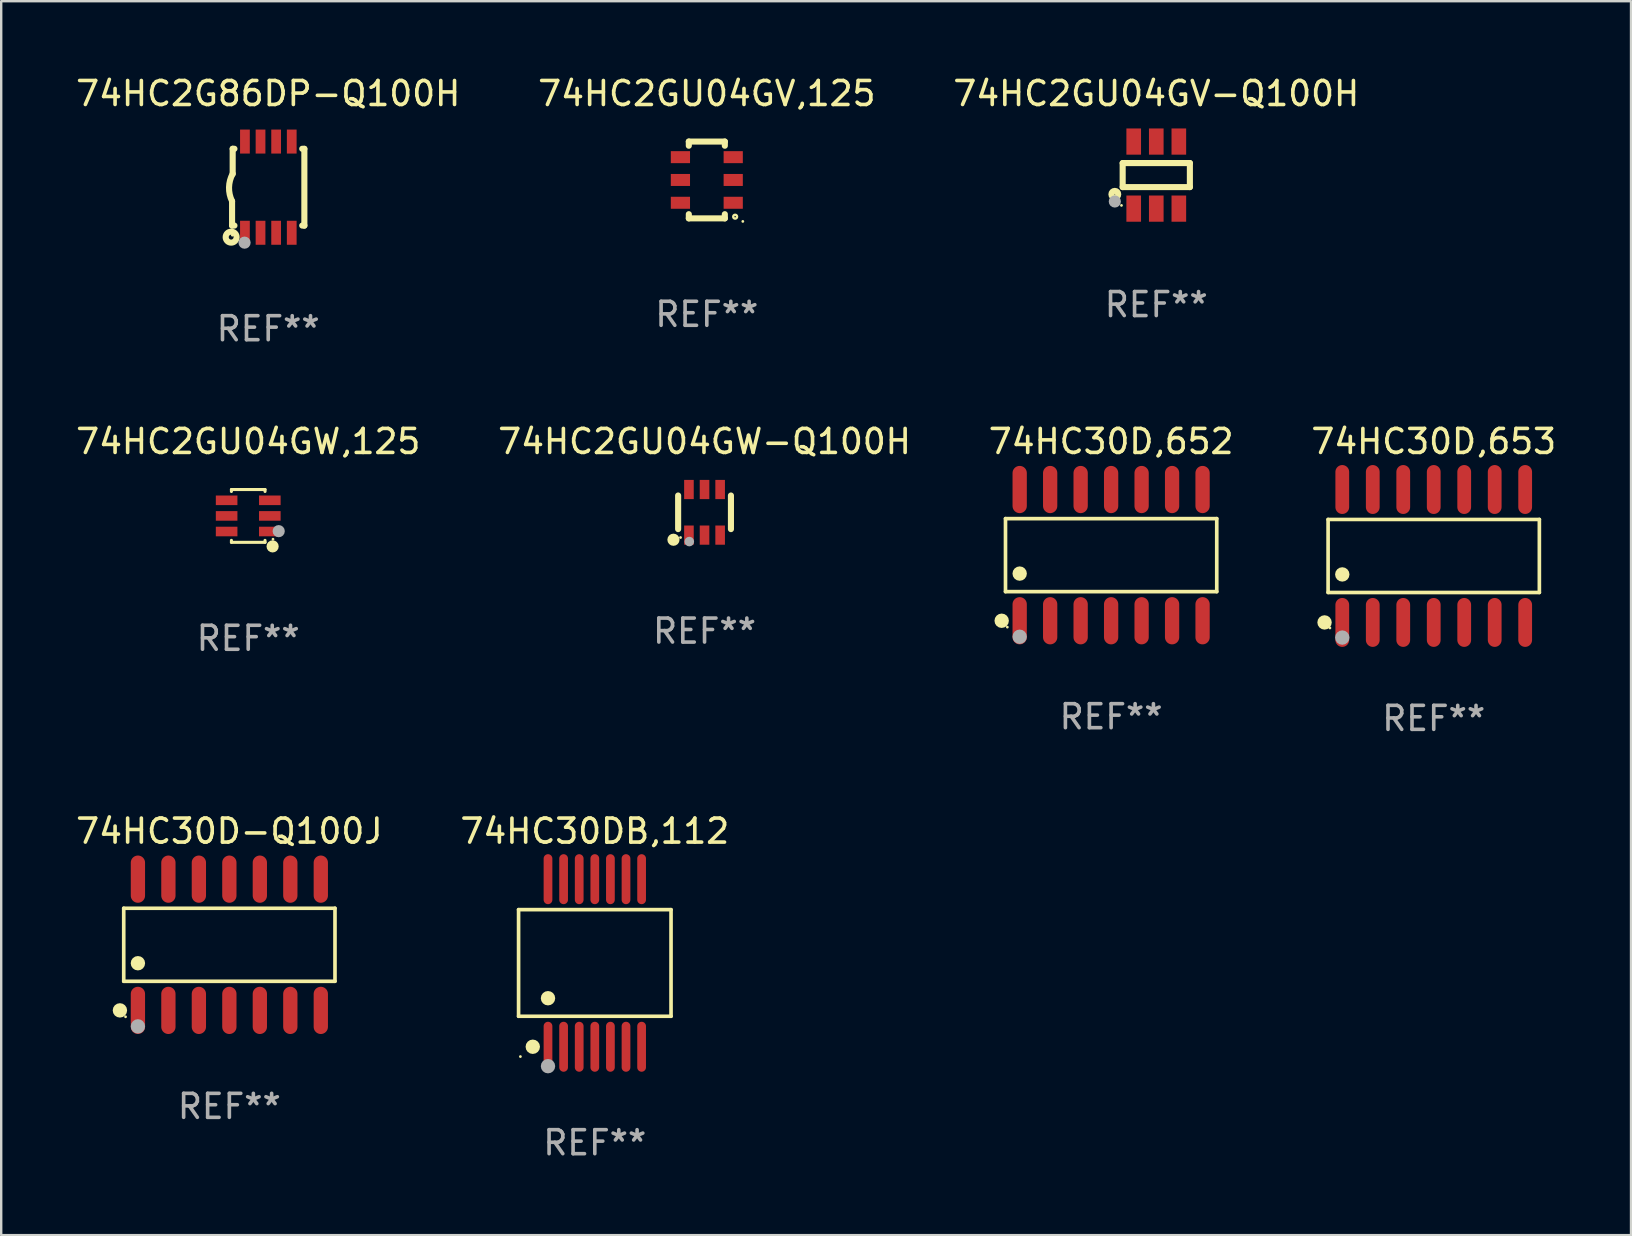
<source format=kicad_pcb>
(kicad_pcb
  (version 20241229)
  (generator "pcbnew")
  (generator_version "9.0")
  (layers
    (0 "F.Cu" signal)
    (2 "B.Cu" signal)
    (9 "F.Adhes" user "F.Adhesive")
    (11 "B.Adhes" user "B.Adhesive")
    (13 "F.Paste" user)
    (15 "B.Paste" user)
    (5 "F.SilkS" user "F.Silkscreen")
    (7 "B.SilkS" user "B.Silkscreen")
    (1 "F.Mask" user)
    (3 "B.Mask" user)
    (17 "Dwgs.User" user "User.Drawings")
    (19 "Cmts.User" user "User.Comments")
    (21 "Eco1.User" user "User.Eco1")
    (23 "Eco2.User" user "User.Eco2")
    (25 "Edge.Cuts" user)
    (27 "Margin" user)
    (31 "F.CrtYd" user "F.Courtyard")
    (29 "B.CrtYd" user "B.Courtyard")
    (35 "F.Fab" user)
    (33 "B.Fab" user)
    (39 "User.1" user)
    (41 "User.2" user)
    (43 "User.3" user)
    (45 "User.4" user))
  (footprint "74HC30D,653"
    (layer "F.Cu")
    (at 56.685 20.114)
    (property "Reference" "74HC30D,653" (at 0 -4.769 0) (layer "F.SilkS") (effects (font (size 1 1) (thickness 0.15))))
    (attr through_hole)
    (fp_line (start -4.401 -1.521) (end 4.401 -1.521) (stroke (width 0.152) (type solid)) (layer "F.SilkS"))
    (fp_line (start -4.401 1.521) (end -4.401 -1.521) (stroke (width 0.152) (type solid)) (layer "F.SilkS"))
    (fp_line (start 4.401 -1.521) (end 4.401 1.521) (stroke (width 0.152) (type solid)) (layer "F.SilkS"))
    (fp_line (start 4.401 1.521) (end -4.401 1.521) (stroke (width 0.152) (type solid)) (layer "F.SilkS"))
    (fp_circle (center -4.549 2.769) (end -4.399 2.769) (stroke (width 0.3) (type solid)) (fill no) (layer "F.SilkS"))
    (fp_circle (center -4.325 3) (end -4.295 3) (stroke (width 0.06) (type solid)) (fill no) (layer "F.SilkS"))
    (fp_circle (center -3.81 0.769) (end -3.66 0.769) (stroke (width 0.3) (type solid)) (fill no) (layer "F.SilkS"))
    (fp_circle (center -3.81 3.4) (end -3.66 3.4) (stroke (width 0.3) (type solid)) (fill no) (layer "F.Fab"))
    (fp_text user "REF**" (at 0 6.769 0) (layer "F.Fab") (effects (font (size 1 1) (thickness 0.15))))
    (pad "1" smd oval (at -3.81 2.769) (size 0.574 2.038) (layers "F.Cu" "F.Mask" "F.Paste"))
    (pad "2" smd oval (at -2.54 2.769) (size 0.574 2.038) (layers "F.Cu" "F.Mask" "F.Paste"))
    (pad "3" smd oval (at -1.27 2.769) (size 0.574 2.038) (layers "F.Cu" "F.Mask" "F.Paste"))
    (pad "4" smd oval (at 0 2.769) (size 0.574 2.038) (layers "F.Cu" "F.Mask" "F.Paste"))
    (pad "5" smd oval (at 1.27 2.769) (size 0.574 2.038) (layers "F.Cu" "F.Mask" "F.Paste"))
    (pad "6" smd oval (at 2.54 2.769) (size 0.574 2.038) (layers "F.Cu" "F.Mask" "F.Paste"))
    (pad "7" smd oval (at 3.81 2.769) (size 0.574 2.038) (layers "F.Cu" "F.Mask" "F.Paste"))
    (pad "8" smd oval (at 3.81 -2.769) (size 0.574 2.038) (layers "F.Cu" "F.Mask" "F.Paste"))
    (pad "9" smd oval (at 2.54 -2.769) (size 0.574 2.038) (layers "F.Cu" "F.Mask" "F.Paste"))
    (pad "10" smd oval (at 1.27 -2.769) (size 0.574 2.038) (layers "F.Cu" "F.Mask" "F.Paste"))
    (pad "11" smd oval (at 0 -2.769) (size 0.574 2.038) (layers "F.Cu" "F.Mask" "F.Paste"))
    (pad "12" smd oval (at -1.27 -2.769) (size 0.574 2.038) (layers "F.Cu" "F.Mask" "F.Paste"))
    (pad "13" smd oval (at -2.54 -2.769) (size 0.574 2.038) (layers "F.Cu" "F.Mask" "F.Paste"))
    (pad "14" smd oval (at -3.81 -2.769) (size 0.574 2.038) (layers "F.Cu" "F.Mask" "F.Paste")))
  (footprint "74HC2GU04GV-Q100H"
    (layer "F.Cu")
    (at 45.125 4.245)
    (property "Reference" "74HC2GU04GV-Q100H" (at 0 -3.397 0) (layer "F.SilkS") (effects (font (size 1 1) (thickness 0.15))))
    (attr through_hole)
    (fp_line (start -1.4 -0.501) (end -1.4 0.5) (stroke (width 0.254) (type solid)) (layer "F.SilkS"))
    (fp_line (start -1.4 0.5) (end 1.4 0.5) (stroke (width 0.254) (type solid)) (layer "F.SilkS"))
    (fp_line (start 1.4 -0.501) (end -1.4 -0.501) (stroke (width 0.254) (type solid)) (layer "F.SilkS"))
    (fp_line (start 1.4 0.5) (end 1.4 -0.501) (stroke (width 0.254) (type solid)) (layer "F.SilkS"))
    (fp_circle (center -1.727 0.8) (end -1.585 0.8) (stroke (width 0.254) (type solid)) (fill no) (layer "F.SilkS"))
    (fp_circle (center -1.45 1.263) (end -1.42 1.263) (stroke (width 0.06) (type solid)) (fill no) (layer "F.SilkS"))
    (fp_circle (center -1.727 1.1) (end -1.6 1.1) (stroke (width 0.254) (type solid)) (fill no) (layer "F.Fab"))
    (fp_text user "REF**" (at 0 5.397 0) (layer "F.Fab") (effects (font (size 1 1) (thickness 0.15))))
    (pad "1" smd rect (at -0.94 1.397 180) (size 0.61 1.092) (layers "F.Cu" "F.Mask" "F.Paste"))
    (pad "2" smd rect (at 0.000127 1.397 180) (size 0.61 1.092) (layers "F.Cu" "F.Mask" "F.Paste"))
    (pad "3" smd rect (at 0.94 1.397 180) (size 0.61 1.092) (layers "F.Cu" "F.Mask" "F.Paste"))
    (pad "4" smd rect (at 0.94 -1.397 180) (size 0.61 1.092) (layers "F.Cu" "F.Mask" "F.Paste"))
    (pad "5" smd rect (at 0.000127 -1.397 180) (size 0.61 1.092) (layers "F.Cu" "F.Mask" "F.Paste"))
    (pad "6" smd rect (at -0.94 -1.397 180) (size 0.61 1.092) (layers "F.Cu" "F.Mask" "F.Paste")))
  (footprint "74HC2GU04GW,125"
    (layer "F.Cu")
    (at 7.292 18.445)
    (property "Reference" "74HC2GU04GW,125" (at 0 -3.1 0) (layer "F.SilkS") (effects (font (size 1 1) (thickness 0.15))))
    (attr through_hole)
    (fp_line (start -0.7 -1.018) (end -0.7 -1.1) (stroke (width 0.127) (type solid)) (layer "F.SilkS"))
    (fp_line (start -0.7 1.1) (end -0.7 1.018) (stroke (width 0.127) (type solid)) (layer "F.SilkS"))
    (fp_line (start 0.7 -1.1) (end -0.7 -1.1) (stroke (width 0.127) (type solid)) (layer "F.SilkS"))
    (fp_line (start 0.7 -1.018) (end 0.7 -1.1) (stroke (width 0.127) (type solid)) (layer "F.SilkS"))
    (fp_line (start 0.7 1.1) (end -0.7 1.1) (stroke (width 0.127) (type solid)) (layer "F.SilkS"))
    (fp_line (start 0.7 1.1) (end 0.7 1.018) (stroke (width 0.127) (type solid)) (layer "F.SilkS"))
    (fp_circle (center 1.016 1.27) (end 1.143 1.27) (stroke (width 0.254) (type solid)) (fill no) (layer "F.SilkS"))
    (fp_circle (center 1.032 0.97) (end 1.062 0.97) (stroke (width 0.06) (type solid)) (fill no) (layer "F.SilkS"))
    (fp_circle (center 1.27 0.635) (end 1.397 0.635) (stroke (width 0.254) (type solid)) (fill no) (layer "F.Fab"))
    (fp_text user "REF**" (at 0 5.1 0) (layer "F.Fab") (effects (font (size 1 1) (thickness 0.15))))
    (pad "1" smd rect (at 0.9 0.65 90) (size 0.4 0.9) (layers "F.Cu" "F.Mask" "F.Paste"))
    (pad "2" smd rect (at 0.9 -0.000102 90) (size 0.4 0.9) (layers "F.Cu" "F.Mask" "F.Paste"))
    (pad "3" smd rect (at 0.9 -0.65 90) (size 0.4 0.9) (layers "F.Cu" "F.Mask" "F.Paste"))
    (pad "4" smd rect (at -0.9 -0.65 90) (size 0.4 0.9) (layers "F.Cu" "F.Mask" "F.Paste"))
    (pad "5" smd rect (at -0.9 -0.000102 90) (size 0.4 0.9) (layers "F.Cu" "F.Mask" "F.Paste"))
    (pad "6" smd rect (at -0.9 0.65 90) (size 0.4 0.9) (layers "F.Cu" "F.Mask" "F.Paste")))
  (footprint "74HC2G86DP-Q100H"
    (layer "F.Cu")
    (at 8.125 4.748)
    (property "Reference" "74HC2G86DP-Q100H" (at 0 -3.9 0) (layer "F.SilkS") (effects (font (size 1 1) (thickness 0.15))))
    (attr through_hole)
    (fp_line (start -1.506 1.6) (end -1.506 0.584) (stroke (width 0.254) (type solid)) (layer "F.SilkS"))
    (fp_line (start -1.506 1.6) (end -1.407 1.6) (stroke (width 0.254) (type solid)) (layer "F.SilkS"))
    (fp_line (start -1.481 -1.599) (end -1.481 -0.549) (stroke (width 0.254) (type solid)) (layer "F.SilkS"))
    (fp_line (start -1.481 -1.599) (end -1.407 -1.599) (stroke (width 0.254) (type solid)) (layer "F.SilkS"))
    (fp_line (start 1.417 -1.599) (end 1.506 -1.599) (stroke (width 0.254) (type solid)) (layer "F.SilkS"))
    (fp_line (start 1.417 1.6) (end 1.506 1.6) (stroke (width 0.254) (type solid)) (layer "F.SilkS"))
    (fp_line (start 1.506 1.603) (end 1.506 -1.595) (stroke (width 0.254) (type solid)) (layer "F.SilkS"))
    (fp_arc (start -1.506223 0.584328) (mid -1.632455 0.00974) (end -1.480823 -0.558674) (stroke (width 0.254001) (type solid)) (layer "F.SilkS"))
    (fp_circle (center -1.544 2.083) (end -1.443 2.083) (stroke (width 0.254) (type solid)) (fill no) (layer "F.SilkS"))
    (fp_circle (center -1.495 2) (end -1.465 2) (stroke (width 0.06) (type solid)) (fill no) (layer "F.SilkS"))
    (fp_circle (center -0.986 2.312) (end -0.859 2.312) (stroke (width 0.254) (type solid)) (fill no) (layer "F.Fab"))
    (fp_text user "REF**" (at 0 5.9 0) (layer "F.Fab") (effects (font (size 1 1) (thickness 0.15))))
    (pad "1" smd rect (at -0.97 1.9 90) (size 1 0.406) (layers "F.Cu" "F.Mask" "F.Paste"))
    (pad "2" smd rect (at -0.32 1.9 90) (size 1 0.406) (layers "F.Cu" "F.Mask" "F.Paste"))
    (pad "3" smd rect (at 0.33 1.9 90) (size 1 0.406) (layers "F.Cu" "F.Mask" "F.Paste"))
    (pad "4" smd rect (at 0.98 1.9 90) (size 1 0.406) (layers "F.Cu" "F.Mask" "F.Paste"))
    (pad "5" smd rect (at 0.98 -1.9 90) (size 1 0.406) (layers "F.Cu" "F.Mask" "F.Paste"))
    (pad "6" smd rect (at 0.33 -1.9 90) (size 1 0.406) (layers "F.Cu" "F.Mask" "F.Paste"))
    (pad "7" smd rect (at -0.32 -1.9 90) (size 1 0.406) (layers "F.Cu" "F.Mask" "F.Paste"))
    (pad "8" smd rect (at -0.97 -1.9 90) (size 1 0.406) (layers "F.Cu" "F.Mask" "F.Paste")))
  (footprint "74HC2GU04GV,125"
    (layer "F.Cu")
    (at 26.399 4.448)
    (property "Reference" "74HC2GU04GV,125" (at 0 -3.6 0) (layer "F.SilkS") (effects (font (size 1 1) (thickness 0.15))))
    (attr through_hole)
    (fp_line (start -0.75 -1.6) (end -0.75 -1.426) (stroke (width 0.254) (type solid)) (layer "F.SilkS"))
    (fp_line (start -0.75 -1.6) (end 0.75 -1.6) (stroke (width 0.254) (type solid)) (layer "F.SilkS"))
    (fp_line (start -0.75 1.426) (end -0.75 1.6) (stroke (width 0.254) (type solid)) (layer "F.SilkS"))
    (fp_line (start -0.75 1.6) (end 0.75 1.6) (stroke (width 0.254) (type solid)) (layer "F.SilkS"))
    (fp_line (start 0.75 -1.6) (end 0.75 -1.426) (stroke (width 0.254) (type solid)) (layer "F.SilkS"))
    (fp_line (start 0.75 1.426) (end 0.75 1.6) (stroke (width 0.254) (type solid)) (layer "F.SilkS"))
    (fp_circle (center 1.18 1.53) (end 1.26 1.53) (stroke (width 0.1) (type solid)) (fill no) (layer "F.SilkS"))
    (fp_circle (center 1.5 1.727) (end 1.53 1.727) (stroke (width 0.06) (type solid)) (fill no) (layer "F.SilkS"))
    (fp_text user "REF**" (at 0 5.6 0) (layer "F.Fab") (effects (font (size 1 1) (thickness 0.15))))
    (pad "1" smd rect (at 1.1 0.95 90) (size 0.5 0.8) (layers "F.Cu" "F.Mask" "F.Paste"))
    (pad "2" smd rect (at 1.1 0 90) (size 0.5 0.8) (layers "F.Cu" "F.Mask" "F.Paste"))
    (pad "3" smd rect (at 1.1 -0.95 90) (size 0.5 0.8) (layers "F.Cu" "F.Mask" "F.Paste"))
    (pad "4" smd rect (at -1.1 -0.95 90) (size 0.5 0.8) (layers "F.Cu" "F.Mask" "F.Paste"))
    (pad "5" smd rect (at -1.1 0 90) (size 0.5 0.8) (layers "F.Cu" "F.Mask" "F.Paste"))
    (pad "6" smd rect (at -1.1 0.95 90) (size 0.5 0.8) (layers "F.Cu" "F.Mask" "F.Paste")))
  (footprint "74HC30D-Q100J"
    (layer "F.Cu")
    (at 6.506 36.313)
    (property "Reference" "74HC30D-Q100J" (at 0 -4.734 0) (layer "F.SilkS") (effects (font (size 1 1) (thickness 0.15))))
    (attr through_hole)
    (fp_line (start -4.401 -1.521) (end 4.401 -1.521) (stroke (width 0.152) (type solid)) (layer "F.SilkS"))
    (fp_line (start -4.401 1.521) (end -4.401 -1.521) (stroke (width 0.152) (type solid)) (layer "F.SilkS"))
    (fp_line (start 4.401 -1.521) (end 4.401 1.521) (stroke (width 0.152) (type solid)) (layer "F.SilkS"))
    (fp_line (start 4.401 1.521) (end -4.401 1.521) (stroke (width 0.152) (type solid)) (layer "F.SilkS"))
    (fp_circle (center -4.56 2.734) (end -4.41 2.734) (stroke (width 0.3) (type solid)) (fill no) (layer "F.SilkS"))
    (fp_circle (center -4.325 3) (end -4.295 3) (stroke (width 0.06) (type solid)) (fill no) (layer "F.SilkS"))
    (fp_circle (center -3.81 0.769) (end -3.66 0.769) (stroke (width 0.3) (type solid)) (fill no) (layer "F.SilkS"))
    (fp_circle (center -3.81 3.4) (end -3.66 3.4) (stroke (width 0.3) (type solid)) (fill no) (layer "F.Fab"))
    (fp_text user "REF**" (at 0 6.734 0) (layer "F.Fab") (effects (font (size 1 1) (thickness 0.15))))
    (pad "1" smd oval (at -3.81 2.734) (size 0.595 1.968) (layers "F.Cu" "F.Mask" "F.Paste"))
    (pad "2" smd oval (at -2.54 2.734) (size 0.595 1.968) (layers "F.Cu" "F.Mask" "F.Paste"))
    (pad "3" smd oval (at -1.27 2.734) (size 0.595 1.968) (layers "F.Cu" "F.Mask" "F.Paste"))
    (pad "4" smd oval (at 0 2.734) (size 0.595 1.968) (layers "F.Cu" "F.Mask" "F.Paste"))
    (pad "5" smd oval (at 1.27 2.734) (size 0.595 1.968) (layers "F.Cu" "F.Mask" "F.Paste"))
    (pad "6" smd oval (at 2.54 2.734) (size 0.595 1.968) (layers "F.Cu" "F.Mask" "F.Paste"))
    (pad "7" smd oval (at 3.81 2.734) (size 0.595 1.968) (layers "F.Cu" "F.Mask" "F.Paste"))
    (pad "8" smd oval (at 3.81 -2.734) (size 0.595 1.968) (layers "F.Cu" "F.Mask" "F.Paste"))
    (pad "9" smd oval (at 2.54 -2.734) (size 0.595 1.968) (layers "F.Cu" "F.Mask" "F.Paste"))
    (pad "10" smd oval (at 1.27 -2.734) (size 0.595 1.968) (layers "F.Cu" "F.Mask" "F.Paste"))
    (pad "11" smd oval (at 0 -2.734) (size 0.595 1.968) (layers "F.Cu" "F.Mask" "F.Paste"))
    (pad "12" smd oval (at -1.27 -2.734) (size 0.595 1.968) (layers "F.Cu" "F.Mask" "F.Paste"))
    (pad "13" smd oval (at -2.54 -2.734) (size 0.595 1.968) (layers "F.Cu" "F.Mask" "F.Paste"))
    (pad "14" smd oval (at -3.81 -2.734) (size 0.595 1.968) (layers "F.Cu" "F.Mask" "F.Paste")))
  (footprint "74HC30D,652"
    (layer "F.Cu")
    (at 43.244 20.079)
    (property "Reference" "74HC30D,652" (at 0 -4.734 0) (layer "F.SilkS") (effects (font (size 1 1) (thickness 0.15))))
    (attr through_hole)
    (fp_line (start -4.401 -1.521) (end 4.401 -1.521) (stroke (width 0.152) (type solid)) (layer "F.SilkS"))
    (fp_line (start -4.401 1.521) (end -4.401 -1.521) (stroke (width 0.152) (type solid)) (layer "F.SilkS"))
    (fp_line (start 4.401 -1.521) (end 4.401 1.521) (stroke (width 0.152) (type solid)) (layer "F.SilkS"))
    (fp_line (start 4.401 1.521) (end -4.401 1.521) (stroke (width 0.152) (type solid)) (layer "F.SilkS"))
    (fp_circle (center -4.56 2.734) (end -4.41 2.734) (stroke (width 0.3) (type solid)) (fill no) (layer "F.SilkS"))
    (fp_circle (center -4.325 3) (end -4.295 3) (stroke (width 0.06) (type solid)) (fill no) (layer "F.SilkS"))
    (fp_circle (center -3.81 0.769) (end -3.66 0.769) (stroke (width 0.3) (type solid)) (fill no) (layer "F.SilkS"))
    (fp_circle (center -3.81 3.4) (end -3.66 3.4) (stroke (width 0.3) (type solid)) (fill no) (layer "F.Fab"))
    (fp_text user "REF**" (at 0 6.734 0) (layer "F.Fab") (effects (font (size 1 1) (thickness 0.15))))
    (pad "1" smd oval (at -3.81 2.734) (size 0.595 1.968) (layers "F.Cu" "F.Mask" "F.Paste"))
    (pad "2" smd oval (at -2.54 2.734) (size 0.595 1.968) (layers "F.Cu" "F.Mask" "F.Paste"))
    (pad "3" smd oval (at -1.27 2.734) (size 0.595 1.968) (layers "F.Cu" "F.Mask" "F.Paste"))
    (pad "4" smd oval (at 0 2.734) (size 0.595 1.968) (layers "F.Cu" "F.Mask" "F.Paste"))
    (pad "5" smd oval (at 1.27 2.734) (size 0.595 1.968) (layers "F.Cu" "F.Mask" "F.Paste"))
    (pad "6" smd oval (at 2.54 2.734) (size 0.595 1.968) (layers "F.Cu" "F.Mask" "F.Paste"))
    (pad "7" smd oval (at 3.81 2.734) (size 0.595 1.968) (layers "F.Cu" "F.Mask" "F.Paste"))
    (pad "8" smd oval (at 3.81 -2.734) (size 0.595 1.968) (layers "F.Cu" "F.Mask" "F.Paste"))
    (pad "9" smd oval (at 2.54 -2.734) (size 0.595 1.968) (layers "F.Cu" "F.Mask" "F.Paste"))
    (pad "10" smd oval (at 1.27 -2.734) (size 0.595 1.968) (layers "F.Cu" "F.Mask" "F.Paste"))
    (pad "11" smd oval (at 0 -2.734) (size 0.595 1.968) (layers "F.Cu" "F.Mask" "F.Paste"))
    (pad "12" smd oval (at -1.27 -2.734) (size 0.595 1.968) (layers "F.Cu" "F.Mask" "F.Paste"))
    (pad "13" smd oval (at -2.54 -2.734) (size 0.595 1.968) (layers "F.Cu" "F.Mask" "F.Paste"))
    (pad "14" smd oval (at -3.81 -2.734) (size 0.595 1.968) (layers "F.Cu" "F.Mask" "F.Paste")))
  (footprint "74HC2GU04GW-Q100H"
    (layer "F.Cu")
    (at 26.304 18.295)
    (property "Reference" "74HC2GU04GW-Q100H" (at 0 -2.95 0) (layer "F.SilkS") (effects (font (size 1 1) (thickness 0.15))))
    (attr through_hole)
    (fp_line (start -1.1 -0.7) (end -1.1 0.7) (stroke (width 0.254) (type solid)) (layer "F.SilkS"))
    (fp_line (start 1.1 -0.7) (end 1.1 0.7) (stroke (width 0.254) (type solid)) (layer "F.SilkS"))
    (fp_circle (center -1.295 1.143) (end -1.168 1.143) (stroke (width 0.254) (type solid)) (fill no) (layer "F.SilkS"))
    (fp_circle (center -1 1.05) (end -0.97 1.05) (stroke (width 0.06) (type solid)) (fill no) (layer "F.SilkS"))
    (fp_circle (center -0.635 1.219) (end -0.535 1.219) (stroke (width 0.2) (type solid)) (fill no) (layer "F.Fab"))
    (fp_text user "REF**" (at 0 4.95 0) (layer "F.Fab") (effects (font (size 1 1) (thickness 0.15))))
    (pad "1" smd rect (at -0.65 0.95) (size 0.4 0.8) (layers "F.Cu" "F.Mask" "F.Paste"))
    (pad "2" smd rect (at 0 0.95) (size 0.4 0.8) (layers "F.Cu" "F.Mask" "F.Paste"))
    (pad "3" smd rect (at 0.65 0.95) (size 0.4 0.8) (layers "F.Cu" "F.Mask" "F.Paste"))
    (pad "4" smd rect (at 0.65 -0.95) (size 0.4 0.8) (layers "F.Cu" "F.Mask" "F.Paste"))
    (pad "5" smd rect (at 0 -0.95) (size 0.4 0.8) (layers "F.Cu" "F.Mask" "F.Paste"))
    (pad "6" smd rect (at -0.65 -0.95) (size 0.4 0.8) (layers "F.Cu" "F.Mask" "F.Paste")))
  (footprint "74HC30DB,112"
    (layer "F.Cu")
    (at 21.732 37.071)
    (property "Reference" "74HC30DB,112" (at 0 -5.491 0) (layer "F.SilkS") (effects (font (size 1 1) (thickness 0.15))))
    (attr through_hole)
    (fp_line (start -3.176 -2.221) (end 3.176 -2.221) (stroke (width 0.152) (type solid)) (layer "F.SilkS"))
    (fp_line (start -3.176 2.221) (end -3.176 -2.221) (stroke (width 0.152) (type solid)) (layer "F.SilkS"))
    (fp_line (start 3.176 -2.221) (end 3.176 2.221) (stroke (width 0.152) (type solid)) (layer "F.SilkS"))
    (fp_line (start 3.176 2.221) (end -3.176 2.221) (stroke (width 0.152) (type solid)) (layer "F.SilkS"))
    (fp_circle (center -3.1 3.9) (end -3.07 3.9) (stroke (width 0.06) (type solid)) (fill no) (layer "F.SilkS"))
    (fp_circle (center -2.584 3.491) (end -2.434 3.491) (stroke (width 0.3) (type solid)) (fill no) (layer "F.SilkS"))
    (fp_circle (center -1.95 1.469) (end -1.8 1.469) (stroke (width 0.3) (type solid)) (fill no) (layer "F.SilkS"))
    (fp_circle (center -1.95 4.3) (end -1.8 4.3) (stroke (width 0.3) (type solid)) (fill no) (layer "F.Fab"))
    (fp_text user "REF**" (at 0 7.491 0) (layer "F.Fab") (effects (font (size 1 1) (thickness 0.15))))
    (pad "1" smd oval (at -1.95 3.491) (size 0.364 2.082) (layers "F.Cu" "F.Mask" "F.Paste"))
    (pad "2" smd oval (at -1.3 3.491) (size 0.364 2.082) (layers "F.Cu" "F.Mask" "F.Paste"))
    (pad "3" smd oval (at -0.65 3.491) (size 0.364 2.082) (layers "F.Cu" "F.Mask" "F.Paste"))
    (pad "4" smd oval (at 0 3.491) (size 0.364 2.082) (layers "F.Cu" "F.Mask" "F.Paste"))
    (pad "5" smd oval (at 0.65 3.491) (size 0.364 2.082) (layers "F.Cu" "F.Mask" "F.Paste"))
    (pad "6" smd oval (at 1.3 3.491) (size 0.364 2.082) (layers "F.Cu" "F.Mask" "F.Paste"))
    (pad "7" smd oval (at 1.95 3.491) (size 0.364 2.082) (layers "F.Cu" "F.Mask" "F.Paste"))
    (pad "8" smd oval (at 1.95 -3.491) (size 0.364 2.082) (layers "F.Cu" "F.Mask" "F.Paste"))
    (pad "9" smd oval (at 1.3 -3.491) (size 0.364 2.082) (layers "F.Cu" "F.Mask" "F.Paste"))
    (pad "10" smd oval (at 0.65 -3.491) (size 0.364 2.082) (layers "F.Cu" "F.Mask" "F.Paste"))
    (pad "11" smd oval (at 0 -3.491) (size 0.364 2.082) (layers "F.Cu" "F.Mask" "F.Paste"))
    (pad "12" smd oval (at -0.65 -3.491) (size 0.364 2.082) (layers "F.Cu" "F.Mask" "F.Paste"))
    (pad "13" smd oval (at -1.3 -3.491) (size 0.364 2.082) (layers "F.Cu" "F.Mask" "F.Paste"))
    (pad "14" smd oval (at -1.95 -3.491) (size 0.364 2.082) (layers "F.Cu" "F.Mask" "F.Paste")))
  (gr_rect
    (start -3 -3)
    (end 64.905 48.41)
    (stroke (width 0.1) (type default))
    (fill no)
    (layer "Edge.Cuts")))
</source>
